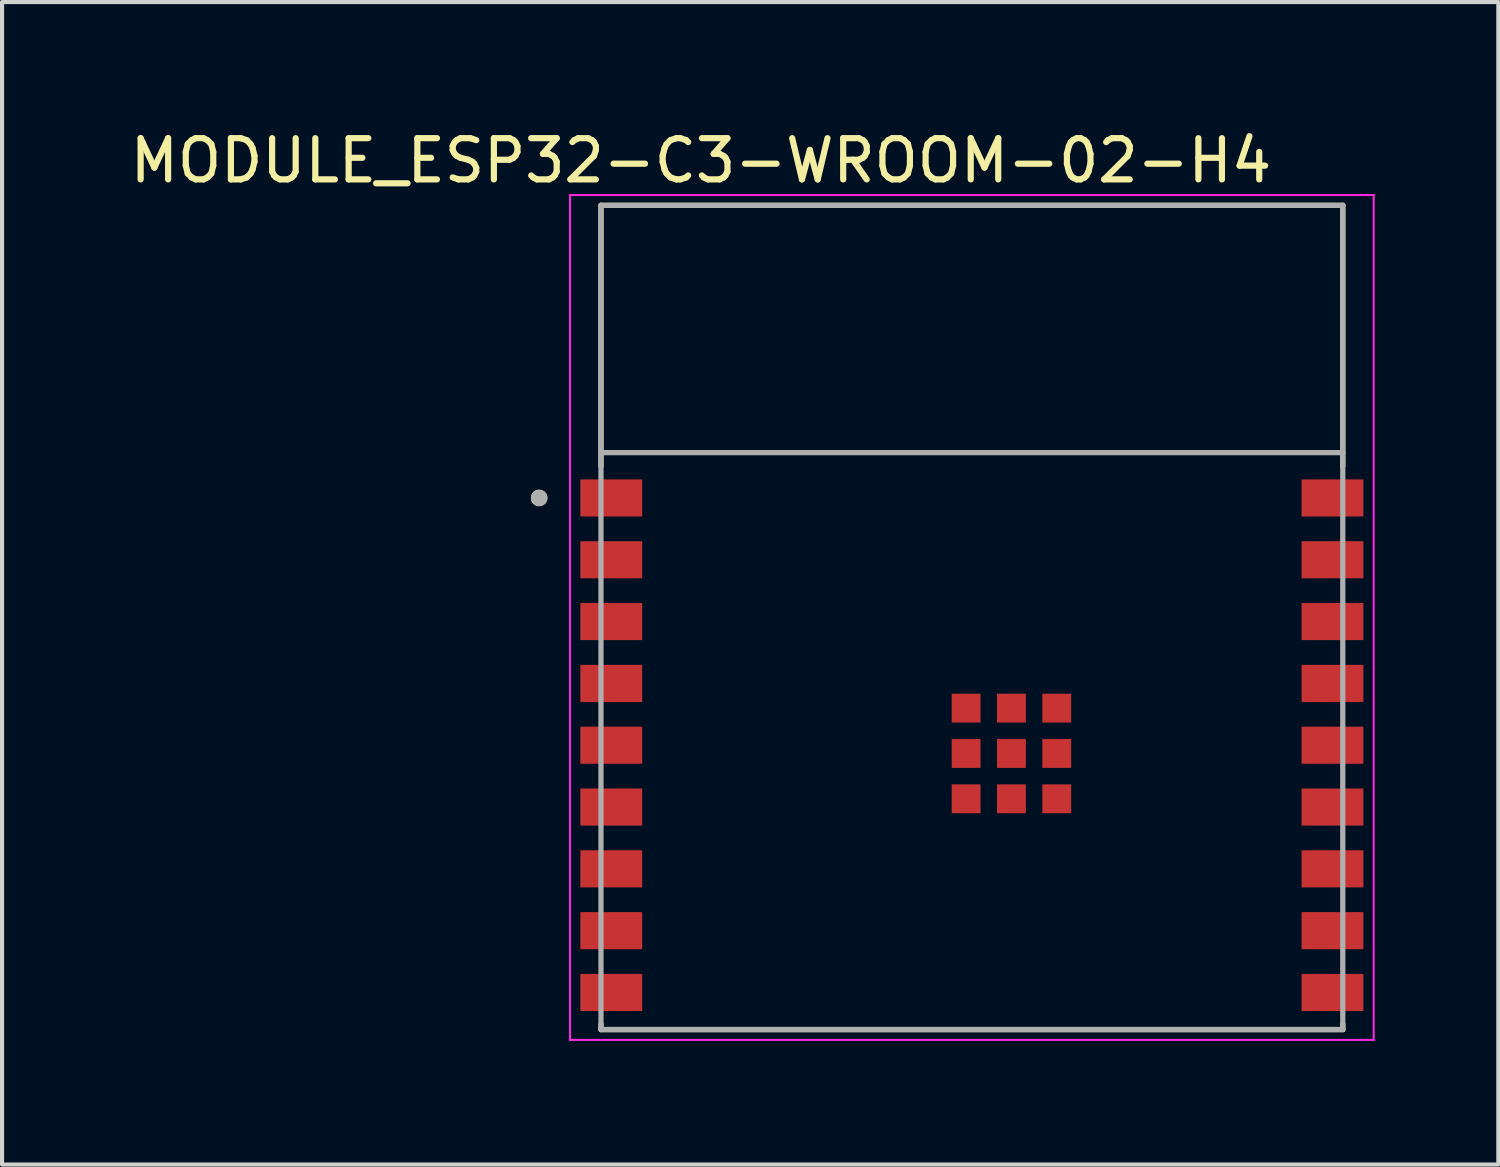
<source format=kicad_pcb>
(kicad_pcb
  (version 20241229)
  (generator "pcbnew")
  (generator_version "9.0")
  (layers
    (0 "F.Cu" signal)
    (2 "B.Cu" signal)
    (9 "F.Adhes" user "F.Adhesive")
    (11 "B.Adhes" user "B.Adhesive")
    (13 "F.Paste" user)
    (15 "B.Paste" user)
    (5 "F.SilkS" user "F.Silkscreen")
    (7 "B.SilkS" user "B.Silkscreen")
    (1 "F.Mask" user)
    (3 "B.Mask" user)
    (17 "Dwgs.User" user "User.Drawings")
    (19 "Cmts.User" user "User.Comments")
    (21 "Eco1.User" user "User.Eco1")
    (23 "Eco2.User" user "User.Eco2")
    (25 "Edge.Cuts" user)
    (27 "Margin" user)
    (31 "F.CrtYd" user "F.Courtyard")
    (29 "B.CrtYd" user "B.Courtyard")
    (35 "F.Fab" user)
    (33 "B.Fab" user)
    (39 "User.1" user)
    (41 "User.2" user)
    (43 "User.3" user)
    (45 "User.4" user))
  (footprint "MODULE_ESP32-C3-WROOM-02-H4"
    (layer "F.Cu")
    (at 20.533 11.933)
    (property "Reference" "MODULE_ESP32-C3-WROOM-02-H4" (at -6.575 -11.085 0) (layer "F.SilkS") (effects (font (size 1 1) (thickness 0.15))))
    (attr smd)
    (fp_line (start -9 -10) (end -9 -3.67) (stroke (width 0.127) (type solid)) (layer "F.SilkS"))
    (fp_line (start -9 10) (end -9 9.87) (stroke (width 0.127) (type solid)) (layer "F.SilkS"))
    (fp_line (start -9 10) (end 9 10) (stroke (width 0.127) (type solid)) (layer "F.SilkS"))
    (fp_line (start 9 -10) (end -9 -10) (stroke (width 0.127) (type solid)) (layer "F.SilkS"))
    (fp_line (start 9 -3.67) (end 9 -10) (stroke (width 0.127) (type solid)) (layer "F.SilkS"))
    (fp_line (start 9 10) (end 9 9.87) (stroke (width 0.127) (type solid)) (layer "F.SilkS"))
    (fp_circle (center -10.5 -2.9) (end -10.4 -2.9) (stroke (width 0.2) (type solid)) (fill no) (layer "F.SilkS"))
    (fp_line (start -9.75 -10.25) (end -9.75 10.25) (stroke (width 0.05) (type solid)) (layer "F.CrtYd"))
    (fp_line (start -9.75 10.25) (end 9.75 10.25) (stroke (width 0.05) (type solid)) (layer "F.CrtYd"))
    (fp_line (start 9.75 -10.25) (end -9.75 -10.25) (stroke (width 0.05) (type solid)) (layer "F.CrtYd"))
    (fp_line (start 9.75 10.25) (end 9.75 -10.25) (stroke (width 0.05) (type solid)) (layer "F.CrtYd"))
    (fp_line (start -9 -10) (end -9 -4) (stroke (width 0.127) (type solid)) (layer "F.Fab"))
    (fp_line (start -9 -4) (end -9 10) (stroke (width 0.127) (type solid)) (layer "F.Fab"))
    (fp_line (start -9 10) (end 9 10) (stroke (width 0.127) (type solid)) (layer "F.Fab"))
    (fp_line (start 9 -10) (end -9 -10) (stroke (width 0.127) (type solid)) (layer "F.Fab"))
    (fp_line (start 9 -4) (end -9 -4) (stroke (width 0.127) (type solid)) (layer "F.Fab"))
    (fp_line (start 9 -4) (end 9 -10) (stroke (width 0.127) (type solid)) (layer "F.Fab"))
    (fp_line (start 9 10) (end 9 -4) (stroke (width 0.127) (type solid)) (layer "F.Fab"))
    (fp_circle (center -10.5 -2.9) (end -10.4 -2.9) (stroke (width 0.2) (type solid)) (fill no) (layer "F.Fab"))
    (pad "1" smd rect (at -8.75 -2.9) (size 1.5 0.9) (layers "F.Cu" "F.Mask" "F.Paste"))
    (pad "2" smd rect (at -8.75 -1.4) (size 1.5 0.9) (layers "F.Cu" "F.Mask" "F.Paste"))
    (pad "3" smd rect (at -8.75 0.1) (size 1.5 0.9) (layers "F.Cu" "F.Mask" "F.Paste"))
    (pad "4" smd rect (at -8.75 1.6) (size 1.5 0.9) (layers "F.Cu" "F.Mask" "F.Paste"))
    (pad "5" smd rect (at -8.75 3.1) (size 1.5 0.9) (layers "F.Cu" "F.Mask" "F.Paste"))
    (pad "6" smd rect (at -8.75 4.6) (size 1.5 0.9) (layers "F.Cu" "F.Mask" "F.Paste"))
    (pad "7" smd rect (at -8.75 6.1) (size 1.5 0.9) (layers "F.Cu" "F.Mask" "F.Paste"))
    (pad "8" smd rect (at -8.75 7.6) (size 1.5 0.9) (layers "F.Cu" "F.Mask" "F.Paste"))
    (pad "9" smd rect (at -8.75 9.1) (size 1.5 0.9) (layers "F.Cu" "F.Mask" "F.Paste"))
    (pad "10" smd rect (at 8.75 9.1) (size 1.5 0.9) (layers "F.Cu" "F.Mask" "F.Paste"))
    (pad "11" smd rect (at 8.75 7.6) (size 1.5 0.9) (layers "F.Cu" "F.Mask" "F.Paste"))
    (pad "12" smd rect (at 8.75 6.1) (size 1.5 0.9) (layers "F.Cu" "F.Mask" "F.Paste"))
    (pad "13" smd rect (at 8.75 4.6) (size 1.5 0.9) (layers "F.Cu" "F.Mask" "F.Paste"))
    (pad "14" smd rect (at 8.75 3.1) (size 1.5 0.9) (layers "F.Cu" "F.Mask" "F.Paste"))
    (pad "15" smd rect (at 8.75 1.6) (size 1.5 0.9) (layers "F.Cu" "F.Mask" "F.Paste"))
    (pad "16" smd rect (at 8.75 0.1) (size 1.5 0.9) (layers "F.Cu" "F.Mask" "F.Paste"))
    (pad "17" smd rect (at 8.75 -1.4) (size 1.5 0.9) (layers "F.Cu" "F.Mask" "F.Paste"))
    (pad "18" smd rect (at 8.75 -2.9) (size 1.5 0.9) (layers "F.Cu" "F.Mask" "F.Paste"))
    (pad "19" smd rect (at -0.14 2.2) (size 0.7 0.7) (layers "F.Cu" "F.Mask" "F.Paste"))
    (pad "20" smd rect (at 0.96 2.2) (size 0.7 0.7) (layers "F.Cu" "F.Mask" "F.Paste"))
    (pad "21" smd rect (at 2.06 2.2) (size 0.7 0.7) (layers "F.Cu" "F.Mask" "F.Paste"))
    (pad "22" smd rect (at -0.14 3.3) (size 0.7 0.7) (layers "F.Cu" "F.Mask" "F.Paste"))
    (pad "23" smd rect (at 0.96 3.3) (size 0.7 0.7) (layers "F.Cu" "F.Mask" "F.Paste"))
    (pad "24" smd rect (at 2.06 3.3) (size 0.7 0.7) (layers "F.Cu" "F.Mask" "F.Paste"))
    (pad "25" smd rect (at -0.14 4.4) (size 0.7 0.7) (layers "F.Cu" "F.Mask" "F.Paste"))
    (pad "26" smd rect (at 0.96 4.4) (size 0.7 0.7) (layers "F.Cu" "F.Mask" "F.Paste"))
    (pad "27" smd rect (at 2.06 4.4) (size 0.7 0.7) (layers "F.Cu" "F.Mask" "F.Paste"))
    (zone (net_name "") (layer "F.Cu") (hatch full 0.508) (connect_pads) (min_thickness 0.01) (filled_areas_thickness no) (keepout (tracks not_allowed) (vias not_allowed) (pads not_allowed) (copperpour not_allowed) (footprints allowed)) (placement (enabled no)) (fill) (polygon (pts (xy 11.533 1.933) (xy 29.533 1.933) (xy 29.533 7.933) (xy 11.533 7.933))))
    (zone (net_name "") (layers "F.Cu" "B.Cu") (hatch full 0.508) (connect_pads) (min_thickness 0.01) (filled_areas_thickness no) (keepout (tracks allowed) (vias not_allowed) (pads allowed) (copperpour allowed) (footprints allowed)) (placement (enabled no)) (fill) (polygon (pts (xy 11.533 1.933) (xy 29.533 1.933) (xy 29.533 7.933) (xy 11.533 7.933))))
    (zone (net_name "") (layer "B.Cu") (hatch full 0.508) (connect_pads) (min_thickness 0.01) (filled_areas_thickness no) (keepout (tracks not_allowed) (vias not_allowed) (pads not_allowed) (copperpour not_allowed) (footprints allowed)) (placement (enabled no)) (fill) (polygon (pts (xy 11.533 1.933) (xy 29.533 1.933) (xy 29.533 7.933) (xy 11.533 7.933)))))
  (gr_rect
    (start -3 -3)
    (end 33.308 25.208)
    (stroke (width 0.1) (type default))
    (fill no)
    (layer "Edge.Cuts")))
</source>
